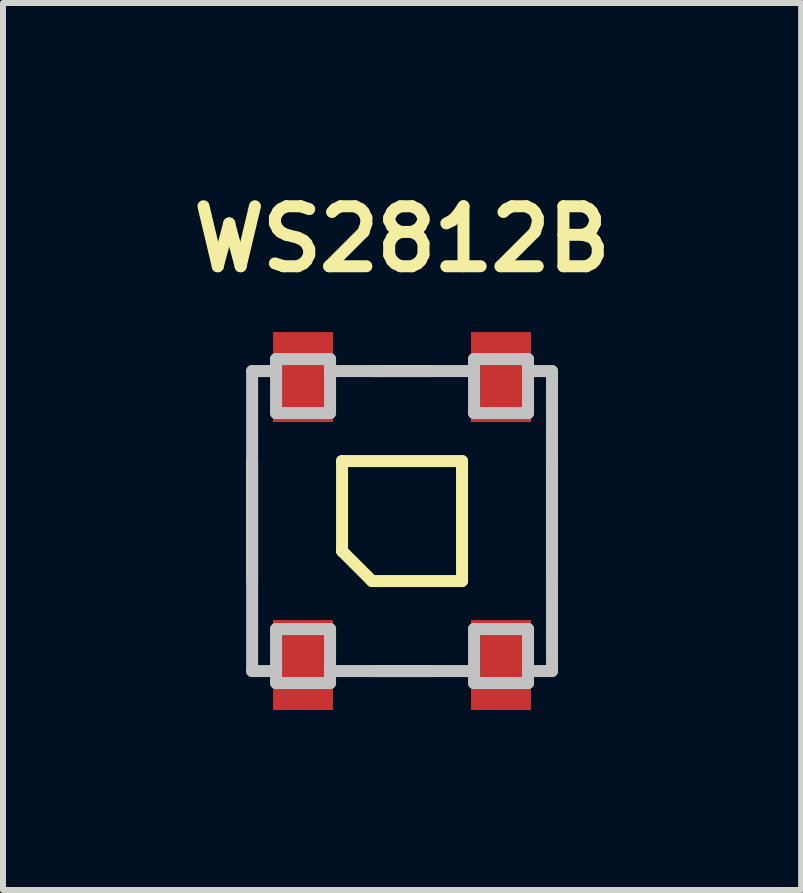
<source format=kicad_pcb>
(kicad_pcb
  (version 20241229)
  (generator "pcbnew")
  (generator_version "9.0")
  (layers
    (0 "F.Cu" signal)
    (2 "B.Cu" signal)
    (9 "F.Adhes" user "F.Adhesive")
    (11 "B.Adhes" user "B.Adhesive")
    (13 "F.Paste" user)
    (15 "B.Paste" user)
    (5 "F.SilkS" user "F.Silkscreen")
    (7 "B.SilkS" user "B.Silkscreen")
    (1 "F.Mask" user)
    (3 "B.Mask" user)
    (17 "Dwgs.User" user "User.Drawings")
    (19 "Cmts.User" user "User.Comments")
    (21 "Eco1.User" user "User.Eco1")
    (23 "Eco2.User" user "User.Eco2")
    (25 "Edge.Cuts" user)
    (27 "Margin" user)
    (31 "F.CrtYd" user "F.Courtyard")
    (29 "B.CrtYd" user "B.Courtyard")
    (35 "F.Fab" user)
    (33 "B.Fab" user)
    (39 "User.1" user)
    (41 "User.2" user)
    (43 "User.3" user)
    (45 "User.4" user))
  (footprint "WS2812B"
    (layer "F.Cu")
    (at 3.652 5.636)
    (property "Reference" "WS2812B" (at 0 -4.7 0) (layer "F.SilkS") (effects (font (size 1 1) (thickness 0.2))))
    (attr through_hole)
    (fp_line (start -2.5 -1) (end -2.5 1) (stroke (width 0.2) (type solid)) (layer "F.SilkS"))
    (fp_line (start -1 -1) (end 1 -1) (stroke (width 0.2) (type solid)) (layer "F.SilkS"))
    (fp_line (start -1 0.5) (end -1 -1) (stroke (width 0.2) (type solid)) (layer "F.SilkS"))
    (fp_line (start -0.5 -2.5) (end 0.5 -2.5) (stroke (width 0.2) (type solid)) (layer "F.SilkS"))
    (fp_line (start -0.5 1) (end -1 0.5) (stroke (width 0.2) (type solid)) (layer "F.SilkS"))
    (fp_line (start -0.5 2.5) (end 0.5 2.5) (stroke (width 0.2) (type solid)) (layer "F.SilkS"))
    (fp_line (start 1 -1) (end 1 1) (stroke (width 0.2) (type solid)) (layer "F.SilkS"))
    (fp_line (start 1 1) (end -0.5 1) (stroke (width 0.2) (type solid)) (layer "F.SilkS"))
    (fp_line (start 2.5 -1) (end 2.5 1) (stroke (width 0.2) (type solid)) (layer "F.SilkS"))
    (fp_line (start -2.5 -2.5) (end -2.1 -2.5) (stroke (width 0.2) (type solid)) (layer "Dwgs.User"))
    (fp_line (start -2.5 2.5) (end -2.1 2.5) (stroke (width 0.2) (type solid)) (layer "Dwgs.User"))
    (fp_line (start -2.499 2.499) (end -2.499 -2.499) (stroke (width 0.2) (type solid)) (layer "Dwgs.User"))
    (fp_line (start -2.1 -2.7) (end -1.2 -2.7) (stroke (width 0.2) (type solid)) (layer "Dwgs.User"))
    (fp_line (start -2.1 -1.8) (end -2.1 -2.7) (stroke (width 0.2) (type solid)) (layer "Dwgs.User"))
    (fp_line (start -2.1 1.8) (end -1.2 1.8) (stroke (width 0.2) (type solid)) (layer "Dwgs.User"))
    (fp_line (start -2.1 2.7) (end -2.1 1.8) (stroke (width 0.2) (type solid)) (layer "Dwgs.User"))
    (fp_line (start -1.2 -2.7) (end -1.2 -1.8) (stroke (width 0.2) (type solid)) (layer "Dwgs.User"))
    (fp_line (start -1.2 -2.5) (end 1.2 -2.5) (stroke (width 0.2) (type solid)) (layer "Dwgs.User"))
    (fp_line (start -1.2 -1.8) (end -2.1 -1.8) (stroke (width 0.2) (type solid)) (layer "Dwgs.User"))
    (fp_line (start -1.2 1.8) (end -1.2 2.7) (stroke (width 0.2) (type solid)) (layer "Dwgs.User"))
    (fp_line (start -1.2 2.5) (end 1.2 2.5) (stroke (width 0.2) (type solid)) (layer "Dwgs.User"))
    (fp_line (start -1.2 2.7) (end -2.1 2.7) (stroke (width 0.2) (type solid)) (layer "Dwgs.User"))
    (fp_line (start 1.2 -2.7) (end 1.2 -1.8) (stroke (width 0.2) (type solid)) (layer "Dwgs.User"))
    (fp_line (start 1.2 -1.8) (end 2.1 -1.8) (stroke (width 0.2) (type solid)) (layer "Dwgs.User"))
    (fp_line (start 1.2 1.8) (end 2.1 1.8) (stroke (width 0.2) (type solid)) (layer "Dwgs.User"))
    (fp_line (start 1.2 2.7) (end 1.2 1.8) (stroke (width 0.2) (type solid)) (layer "Dwgs.User"))
    (fp_line (start 2.1 -2.7) (end 1.2 -2.7) (stroke (width 0.2) (type solid)) (layer "Dwgs.User"))
    (fp_line (start 2.1 -2.5) (end 2.5 -2.5) (stroke (width 0.2) (type solid)) (layer "Dwgs.User"))
    (fp_line (start 2.1 -1.8) (end 2.1 -2.7) (stroke (width 0.2) (type solid)) (layer "Dwgs.User"))
    (fp_line (start 2.1 1.8) (end 2.1 2.7) (stroke (width 0.2) (type solid)) (layer "Dwgs.User"))
    (fp_line (start 2.1 2.5) (end 2.5 2.5) (stroke (width 0.2) (type solid)) (layer "Dwgs.User"))
    (fp_line (start 2.1 2.7) (end 1.2 2.7) (stroke (width 0.2) (type solid)) (layer "Dwgs.User"))
    (fp_line (start 2.5 -2.5) (end 2.5 2.5) (stroke (width 0.2) (type solid)) (layer "Dwgs.User"))
    (pad "1" smd rect (at 1.65 -2.4) (size 1 1.5) (layers "F.Cu" "F.Mask" "F.Paste"))
    (pad "2" smd rect (at -1.65 -2.4) (size 1 1.5) (layers "F.Cu" "F.Mask" "F.Paste"))
    (pad "3" smd rect (at -1.65 2.4) (size 1 1.5) (layers "F.Cu" "F.Mask" "F.Paste"))
    (pad "4" smd rect (at 1.65 2.4) (size 1 1.5) (layers "F.Cu" "F.Mask" "F.Paste")))
  (gr_rect
    (start -3 -3)
    (end 10.305 11.786)
    (stroke (width 0.1) (type default))
    (fill no)
    (layer "Edge.Cuts")))
</source>
